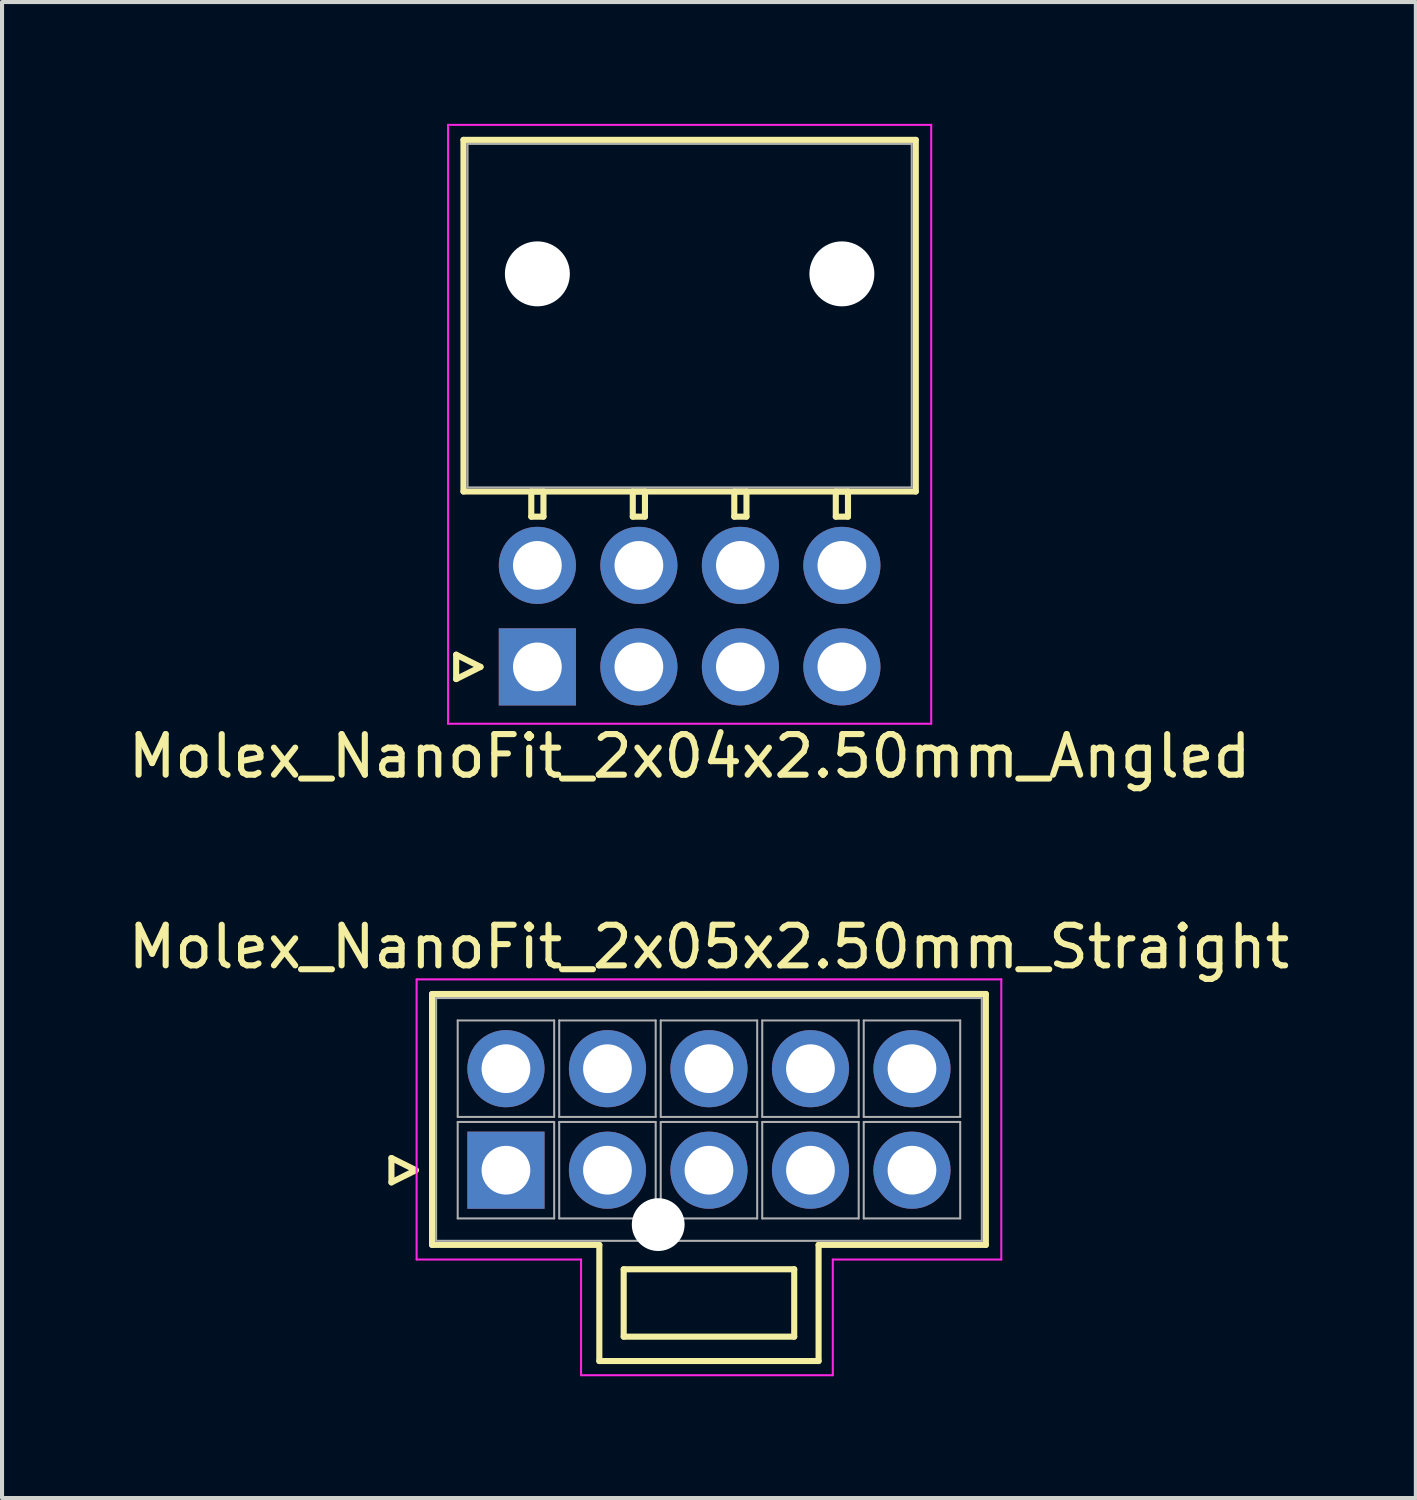
<source format=kicad_pcb>
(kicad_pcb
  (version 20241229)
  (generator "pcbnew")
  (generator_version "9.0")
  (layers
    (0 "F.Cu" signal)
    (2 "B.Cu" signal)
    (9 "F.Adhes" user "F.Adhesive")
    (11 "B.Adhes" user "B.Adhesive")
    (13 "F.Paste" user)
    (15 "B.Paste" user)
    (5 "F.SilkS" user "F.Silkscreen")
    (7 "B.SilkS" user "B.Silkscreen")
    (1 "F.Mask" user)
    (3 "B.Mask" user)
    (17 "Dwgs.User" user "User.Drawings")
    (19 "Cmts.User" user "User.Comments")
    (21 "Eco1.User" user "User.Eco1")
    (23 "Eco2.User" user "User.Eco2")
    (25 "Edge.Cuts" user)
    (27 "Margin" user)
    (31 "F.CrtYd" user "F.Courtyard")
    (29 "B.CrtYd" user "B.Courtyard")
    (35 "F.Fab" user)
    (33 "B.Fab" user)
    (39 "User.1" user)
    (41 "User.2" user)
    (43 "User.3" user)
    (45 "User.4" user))
  (footprint "Molex_NanoFit_2x05x2.50mm_Straight"
    (layer "F.Cu")
    (at 9.411 25.771)
    (property "Reference" "Molex_NanoFit_2x05x2.50mm_Straight" (at 5 -5.5 0) (layer "F.SilkS") (effects (font (size 1 1) (thickness 0.15))))
    (attr through_hole)
    (fp_line (start -2.82 -0.3) (end -2.22 0) (stroke (width 0.15) (type solid)) (layer "F.SilkS"))
    (fp_line (start -2.82 0.3) (end -2.82 -0.3) (stroke (width 0.15) (type solid)) (layer "F.SilkS"))
    (fp_line (start -2.22 0) (end -2.82 0.3) (stroke (width 0.15) (type solid)) (layer "F.SilkS"))
    (fp_line (start -1.82 -4.34) (end -1.82 1.84) (stroke (width 0.15) (type solid)) (layer "F.SilkS"))
    (fp_line (start -1.82 1.84) (end 2.3 1.84) (stroke (width 0.15) (type solid)) (layer "F.SilkS"))
    (fp_line (start 2.3 1.84) (end 2.3 4.7) (stroke (width 0.15) (type solid)) (layer "F.SilkS"))
    (fp_line (start 2.3 4.7) (end 5 4.7) (stroke (width 0.15) (type solid)) (layer "F.SilkS"))
    (fp_line (start 2.9 2.44) (end 2.9 4.1) (stroke (width 0.15) (type solid)) (layer "F.SilkS"))
    (fp_line (start 2.9 4.1) (end 7.1 4.1) (stroke (width 0.15) (type solid)) (layer "F.SilkS"))
    (fp_line (start 5 -4.34) (end -1.82 -4.34) (stroke (width 0.15) (type solid)) (layer "F.SilkS"))
    (fp_line (start 5 -4.34) (end 11.82 -4.34) (stroke (width 0.15) (type solid)) (layer "F.SilkS"))
    (fp_line (start 7.1 2.44) (end 2.9 2.44) (stroke (width 0.15) (type solid)) (layer "F.SilkS"))
    (fp_line (start 7.1 4.1) (end 7.1 2.44) (stroke (width 0.15) (type solid)) (layer "F.SilkS"))
    (fp_line (start 7.7 1.84) (end 7.7 4.7) (stroke (width 0.15) (type solid)) (layer "F.SilkS"))
    (fp_line (start 7.7 4.7) (end 5 4.7) (stroke (width 0.15) (type solid)) (layer "F.SilkS"))
    (fp_line (start 11.82 -4.34) (end 11.82 1.84) (stroke (width 0.15) (type solid)) (layer "F.SilkS"))
    (fp_line (start 11.82 1.84) (end 7.7 1.84) (stroke (width 0.15) (type solid)) (layer "F.SilkS"))
    (fp_line (start -2.2 -4.7) (end -2.2 2.2) (stroke (width 0.05) (type solid)) (layer "F.CrtYd"))
    (fp_line (start -2.2 2.2) (end 1.85 2.2) (stroke (width 0.05) (type solid)) (layer "F.CrtYd"))
    (fp_line (start 1.85 2.2) (end 1.85 5.05) (stroke (width 0.05) (type solid)) (layer "F.CrtYd"))
    (fp_line (start 1.85 5.05) (end 8.05 5.05) (stroke (width 0.05) (type solid)) (layer "F.CrtYd"))
    (fp_line (start 8.05 2.2) (end 12.2 2.2) (stroke (width 0.05) (type solid)) (layer "F.CrtYd"))
    (fp_line (start 8.05 5.05) (end 8.05 2.2) (stroke (width 0.05) (type solid)) (layer "F.CrtYd"))
    (fp_line (start 12.2 -4.7) (end -2.2 -4.7) (stroke (width 0.05) (type solid)) (layer "F.CrtYd"))
    (fp_line (start 12.2 2.2) (end 12.2 -4.7) (stroke (width 0.05) (type solid)) (layer "F.CrtYd"))
    (fp_line (start -1.72 -4.24) (end -1.72 1.74) (stroke (width 0.05) (type solid)) (layer "F.Fab"))
    (fp_line (start -1.72 1.74) (end 11.72 1.74) (stroke (width 0.05) (type solid)) (layer "F.Fab"))
    (fp_line (start -1.188 -3.688) (end -1.188 -1.312) (stroke (width 0.05) (type solid)) (layer "F.Fab"))
    (fp_line (start -1.188 -1.312) (end 1.188 -1.312) (stroke (width 0.05) (type solid)) (layer "F.Fab"))
    (fp_line (start -1.188 -1.188) (end -1.188 1.188) (stroke (width 0.05) (type solid)) (layer "F.Fab"))
    (fp_line (start -1.188 1.188) (end 1.188 1.188) (stroke (width 0.05) (type solid)) (layer "F.Fab"))
    (fp_line (start 1.188 -3.688) (end -1.188 -3.688) (stroke (width 0.05) (type solid)) (layer "F.Fab"))
    (fp_line (start 1.188 -1.312) (end 1.188 -3.688) (stroke (width 0.05) (type solid)) (layer "F.Fab"))
    (fp_line (start 1.188 -1.188) (end -1.188 -1.188) (stroke (width 0.05) (type solid)) (layer "F.Fab"))
    (fp_line (start 1.188 1.188) (end 1.188 -1.188) (stroke (width 0.05) (type solid)) (layer "F.Fab"))
    (fp_line (start 1.312 -3.688) (end 1.312 -1.312) (stroke (width 0.05) (type solid)) (layer "F.Fab"))
    (fp_line (start 1.312 -1.312) (end 3.688 -1.312) (stroke (width 0.05) (type solid)) (layer "F.Fab"))
    (fp_line (start 1.312 -1.188) (end 1.312 1.188) (stroke (width 0.05) (type solid)) (layer "F.Fab"))
    (fp_line (start 1.312 1.188) (end 3.688 1.188) (stroke (width 0.05) (type solid)) (layer "F.Fab"))
    (fp_line (start 3.688 -3.688) (end 1.312 -3.688) (stroke (width 0.05) (type solid)) (layer "F.Fab"))
    (fp_line (start 3.688 -1.312) (end 3.688 -3.688) (stroke (width 0.05) (type solid)) (layer "F.Fab"))
    (fp_line (start 3.688 -1.188) (end 1.312 -1.188) (stroke (width 0.05) (type solid)) (layer "F.Fab"))
    (fp_line (start 3.688 1.188) (end 3.688 -1.188) (stroke (width 0.05) (type solid)) (layer "F.Fab"))
    (fp_line (start 3.812 -3.688) (end 3.812 -1.312) (stroke (width 0.05) (type solid)) (layer "F.Fab"))
    (fp_line (start 3.812 -1.312) (end 6.188 -1.312) (stroke (width 0.05) (type solid)) (layer "F.Fab"))
    (fp_line (start 3.812 -1.188) (end 3.812 1.188) (stroke (width 0.05) (type solid)) (layer "F.Fab"))
    (fp_line (start 3.812 1.188) (end 6.188 1.188) (stroke (width 0.05) (type solid)) (layer "F.Fab"))
    (fp_line (start 6.188 -3.688) (end 3.812 -3.688) (stroke (width 0.05) (type solid)) (layer "F.Fab"))
    (fp_line (start 6.188 -1.312) (end 6.188 -3.688) (stroke (width 0.05) (type solid)) (layer "F.Fab"))
    (fp_line (start 6.188 -1.188) (end 3.812 -1.188) (stroke (width 0.05) (type solid)) (layer "F.Fab"))
    (fp_line (start 6.188 1.188) (end 6.188 -1.188) (stroke (width 0.05) (type solid)) (layer "F.Fab"))
    (fp_line (start 6.312 -3.688) (end 6.312 -1.312) (stroke (width 0.05) (type solid)) (layer "F.Fab"))
    (fp_line (start 6.312 -1.312) (end 8.688 -1.312) (stroke (width 0.05) (type solid)) (layer "F.Fab"))
    (fp_line (start 6.312 -1.188) (end 6.312 1.188) (stroke (width 0.05) (type solid)) (layer "F.Fab"))
    (fp_line (start 6.312 1.188) (end 8.688 1.188) (stroke (width 0.05) (type solid)) (layer "F.Fab"))
    (fp_line (start 8.688 -3.688) (end 6.312 -3.688) (stroke (width 0.05) (type solid)) (layer "F.Fab"))
    (fp_line (start 8.688 -1.312) (end 8.688 -3.688) (stroke (width 0.05) (type solid)) (layer "F.Fab"))
    (fp_line (start 8.688 -1.188) (end 6.312 -1.188) (stroke (width 0.05) (type solid)) (layer "F.Fab"))
    (fp_line (start 8.688 1.188) (end 8.688 -1.188) (stroke (width 0.05) (type solid)) (layer "F.Fab"))
    (fp_line (start 8.812 -3.688) (end 8.812 -1.312) (stroke (width 0.05) (type solid)) (layer "F.Fab"))
    (fp_line (start 8.812 -1.312) (end 11.188 -1.312) (stroke (width 0.05) (type solid)) (layer "F.Fab"))
    (fp_line (start 8.812 -1.188) (end 8.812 1.188) (stroke (width 0.05) (type solid)) (layer "F.Fab"))
    (fp_line (start 8.812 1.188) (end 11.188 1.188) (stroke (width 0.05) (type solid)) (layer "F.Fab"))
    (fp_line (start 11.188 -3.688) (end 8.812 -3.688) (stroke (width 0.05) (type solid)) (layer "F.Fab"))
    (fp_line (start 11.188 -1.312) (end 11.188 -3.688) (stroke (width 0.05) (type solid)) (layer "F.Fab"))
    (fp_line (start 11.188 -1.188) (end 8.812 -1.188) (stroke (width 0.05) (type solid)) (layer "F.Fab"))
    (fp_line (start 11.188 1.188) (end 11.188 -1.188) (stroke (width 0.05) (type solid)) (layer "F.Fab"))
    (fp_line (start 11.72 -4.24) (end -1.72 -4.24) (stroke (width 0.05) (type solid)) (layer "F.Fab"))
    (fp_line (start 11.72 1.74) (end 11.72 -4.24) (stroke (width 0.05) (type solid)) (layer "F.Fab"))
    (pad "" np_thru_hole circle (at 3.75 1.34) (size 1.3 1.3) (drill 1.3) (layers "*.Cu"))
    (pad "1" thru_hole rect (at 0 0) (size 1.9 1.9) (drill 1.2) (layers "*.Cu" "*.Mask"))
    (pad "2" thru_hole circle (at 2.5 0) (size 1.9 1.9) (drill 1.2) (layers "*.Cu" "*.Mask"))
    (pad "3" thru_hole circle (at 5 0) (size 1.9 1.9) (drill 1.2) (layers "*.Cu" "*.Mask"))
    (pad "4" thru_hole circle (at 7.5 0) (size 1.9 1.9) (drill 1.2) (layers "*.Cu" "*.Mask"))
    (pad "5" thru_hole circle (at 10 0) (size 1.9 1.9) (drill 1.2) (layers "*.Cu" "*.Mask"))
    (pad "6" thru_hole circle (at 0 -2.5) (size 1.9 1.9) (drill 1.2) (layers "*.Cu" "*.Mask"))
    (pad "7" thru_hole circle (at 2.5 -2.5) (size 1.9 1.9) (drill 1.2) (layers "*.Cu" "*.Mask"))
    (pad "8" thru_hole circle (at 5 -2.5) (size 1.9 1.9) (drill 1.2) (layers "*.Cu" "*.Mask"))
    (pad "9" thru_hole circle (at 7.5 -2.5) (size 1.9 1.9) (drill 1.2) (layers "*.Cu" "*.Mask"))
    (pad "10" thru_hole circle (at 10 -2.5) (size 1.9 1.9) (drill 1.2) (layers "*.Cu" "*.Mask")))
  (footprint "Molex_NanoFit_2x04x2.50mm_Angled"
    (layer "F.Cu")
    (at 10.185 13.375)
    (property "Reference" "Molex_NanoFit_2x04x2.50mm_Angled" (at 3.75 2.2 0) (layer "F.SilkS") (effects (font (size 1 1) (thickness 0.15))))
    (attr through_hole)
    (fp_line (start -2 -0.3) (end -1.4 0) (stroke (width 0.15) (type solid)) (layer "F.SilkS"))
    (fp_line (start -2 0.3) (end -2 -0.3) (stroke (width 0.15) (type solid)) (layer "F.SilkS"))
    (fp_line (start -1.82 -12.98) (end -1.82 -4.32) (stroke (width 0.15) (type solid)) (layer "F.SilkS"))
    (fp_line (start -1.82 -4.32) (end 9.32 -4.32) (stroke (width 0.15) (type solid)) (layer "F.SilkS"))
    (fp_line (start -1.4 0) (end -2 0.3) (stroke (width 0.15) (type solid)) (layer "F.SilkS"))
    (fp_line (start -0.15 -4.32) (end -0.15 -3.7) (stroke (width 0.15) (type solid)) (layer "F.SilkS"))
    (fp_line (start -0.15 -3.7) (end 0.15 -3.7) (stroke (width 0.15) (type solid)) (layer "F.SilkS"))
    (fp_line (start 0.15 -4.32) (end -0.15 -4.32) (stroke (width 0.15) (type solid)) (layer "F.SilkS"))
    (fp_line (start 0.15 -3.7) (end 0.15 -4.32) (stroke (width 0.15) (type solid)) (layer "F.SilkS"))
    (fp_line (start 2.35 -4.32) (end 2.35 -3.7) (stroke (width 0.15) (type solid)) (layer "F.SilkS"))
    (fp_line (start 2.35 -3.7) (end 2.65 -3.7) (stroke (width 0.15) (type solid)) (layer "F.SilkS"))
    (fp_line (start 2.65 -4.32) (end 2.35 -4.32) (stroke (width 0.15) (type solid)) (layer "F.SilkS"))
    (fp_line (start 2.65 -3.7) (end 2.65 -4.32) (stroke (width 0.15) (type solid)) (layer "F.SilkS"))
    (fp_line (start 4.85 -4.32) (end 4.85 -3.7) (stroke (width 0.15) (type solid)) (layer "F.SilkS"))
    (fp_line (start 4.85 -3.7) (end 5.15 -3.7) (stroke (width 0.15) (type solid)) (layer "F.SilkS"))
    (fp_line (start 5.15 -4.32) (end 4.85 -4.32) (stroke (width 0.15) (type solid)) (layer "F.SilkS"))
    (fp_line (start 5.15 -3.7) (end 5.15 -4.32) (stroke (width 0.15) (type solid)) (layer "F.SilkS"))
    (fp_line (start 7.35 -4.32) (end 7.35 -3.7) (stroke (width 0.15) (type solid)) (layer "F.SilkS"))
    (fp_line (start 7.35 -3.7) (end 7.65 -3.7) (stroke (width 0.15) (type solid)) (layer "F.SilkS"))
    (fp_line (start 7.65 -4.32) (end 7.35 -4.32) (stroke (width 0.15) (type solid)) (layer "F.SilkS"))
    (fp_line (start 7.65 -3.7) (end 7.65 -4.32) (stroke (width 0.15) (type solid)) (layer "F.SilkS"))
    (fp_line (start 9.32 -12.98) (end -1.82 -12.98) (stroke (width 0.15) (type solid)) (layer "F.SilkS"))
    (fp_line (start 9.32 -4.32) (end 9.32 -12.98) (stroke (width 0.15) (type solid)) (layer "F.SilkS"))
    (fp_line (start -2.2 -13.35) (end -2.2 1.4) (stroke (width 0.05) (type solid)) (layer "F.CrtYd"))
    (fp_line (start -2.2 1.4) (end 9.7 1.4) (stroke (width 0.05) (type solid)) (layer "F.CrtYd"))
    (fp_line (start 9.7 -13.35) (end -2.2 -13.35) (stroke (width 0.05) (type solid)) (layer "F.CrtYd"))
    (fp_line (start 9.7 1.4) (end 9.7 -13.35) (stroke (width 0.05) (type solid)) (layer "F.CrtYd"))
    (fp_line (start -1.72 -12.88) (end -1.72 -4.42) (stroke (width 0.05) (type solid)) (layer "F.Fab"))
    (fp_line (start -1.72 -4.42) (end 9.22 -4.42) (stroke (width 0.05) (type solid)) (layer "F.Fab"))
    (fp_line (start 9.22 -12.88) (end -1.72 -12.88) (stroke (width 0.05) (type solid)) (layer "F.Fab"))
    (fp_line (start 9.22 -4.42) (end 9.22 -12.88) (stroke (width 0.05) (type solid)) (layer "F.Fab"))
    (pad "" np_thru_hole circle (at 0 -9.68) (size 1.6 1.6) (drill 1.6) (layers "*.Cu"))
    (pad "" np_thru_hole circle (at 7.5 -9.68) (size 1.6 1.6) (drill 1.6) (layers "*.Cu"))
    (pad "1" thru_hole rect (at 0 0) (size 1.9 1.9) (drill 1.2) (layers "*.Cu" "*.Mask"))
    (pad "2" thru_hole circle (at 2.5 0) (size 1.9 1.9) (drill 1.2) (layers "*.Cu" "*.Mask"))
    (pad "3" thru_hole circle (at 5 0) (size 1.9 1.9) (drill 1.2) (layers "*.Cu" "*.Mask"))
    (pad "4" thru_hole circle (at 7.5 0) (size 1.9 1.9) (drill 1.2) (layers "*.Cu" "*.Mask"))
    (pad "5" thru_hole circle (at 0 -2.5) (size 1.9 1.9) (drill 1.2) (layers "*.Cu" "*.Mask"))
    (pad "6" thru_hole circle (at 2.5 -2.5) (size 1.9 1.9) (drill 1.2) (layers "*.Cu" "*.Mask"))
    (pad "7" thru_hole circle (at 5 -2.5) (size 1.9 1.9) (drill 1.2) (layers "*.Cu" "*.Mask"))
    (pad "8" thru_hole circle (at 7.5 -2.5) (size 1.9 1.9) (drill 1.2) (layers "*.Cu" "*.Mask")))
  (gr_rect
    (start -3 -3)
    (end 31.821 33.846)
    (stroke (width 0.1) (type default))
    (fill no)
    (layer "Edge.Cuts")))
</source>
